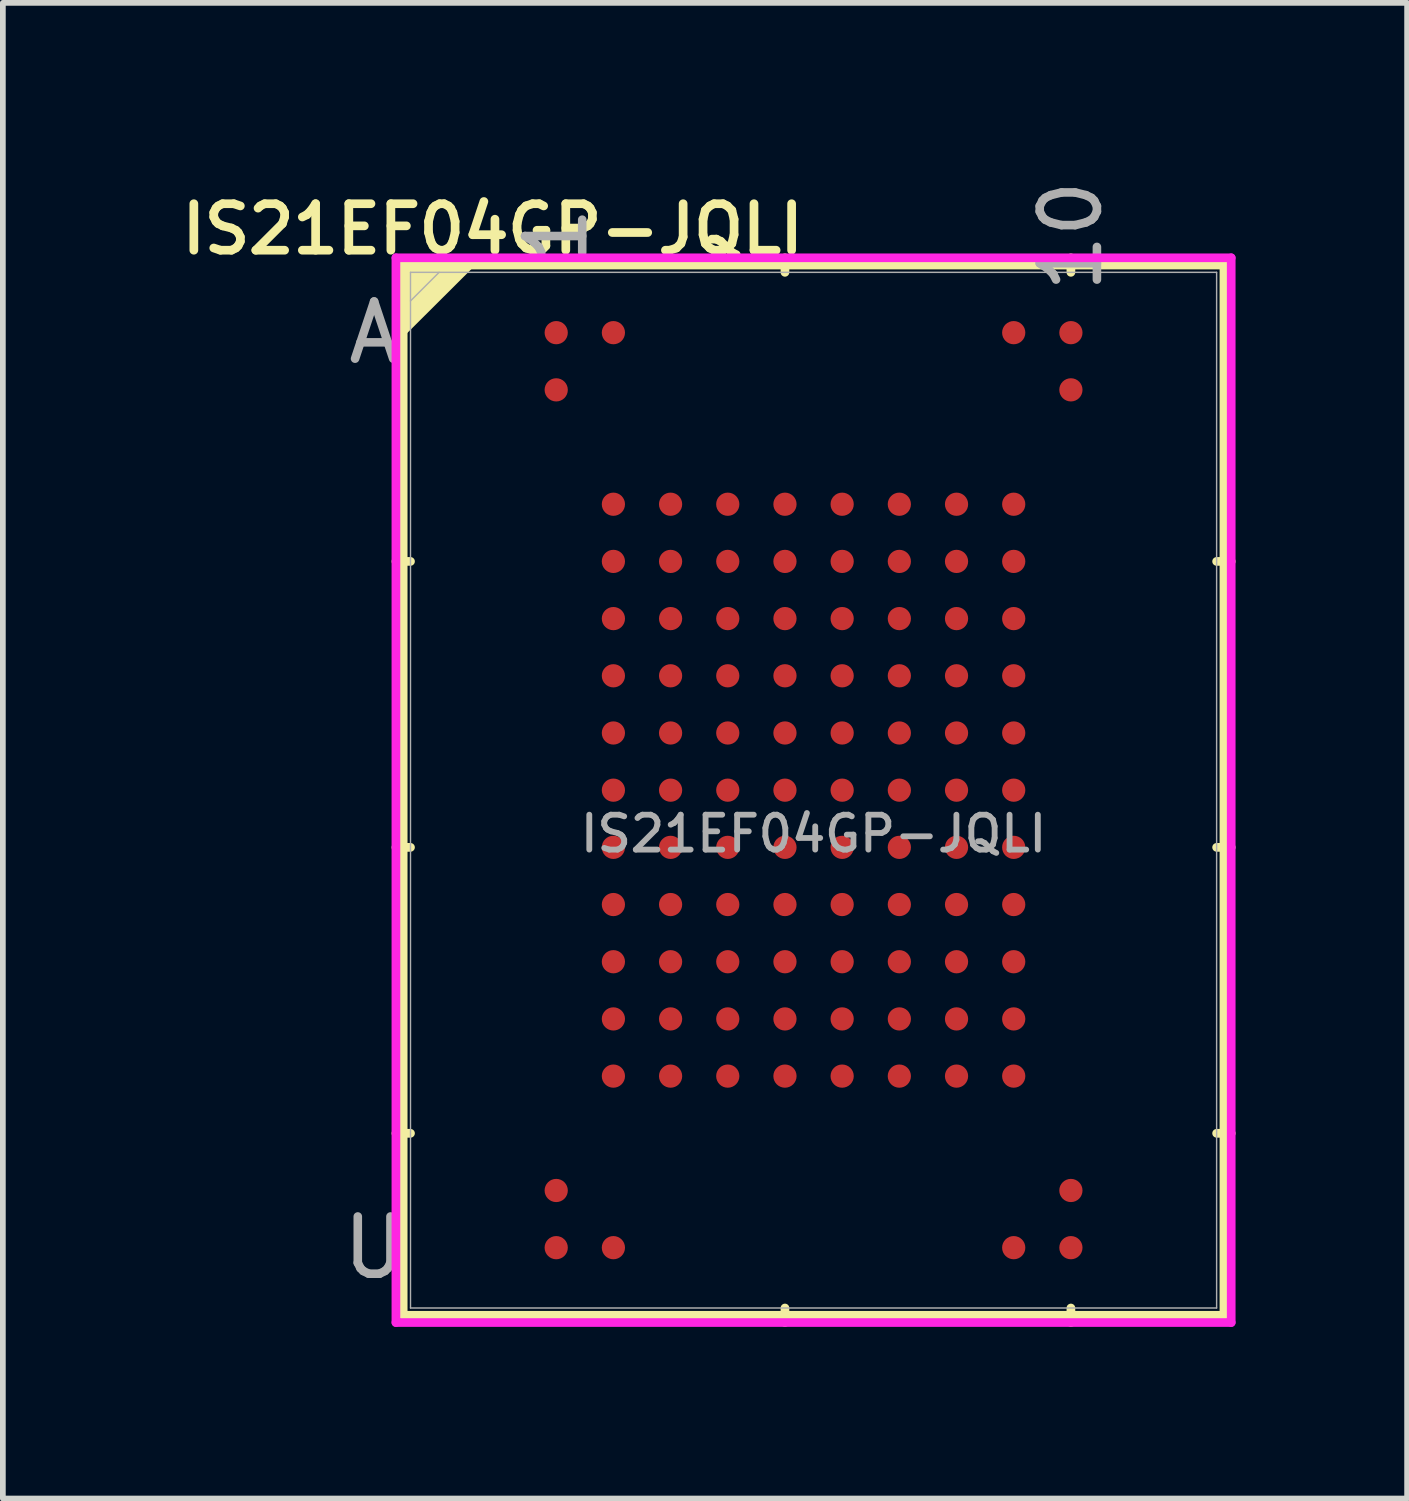
<source format=kicad_pcb>
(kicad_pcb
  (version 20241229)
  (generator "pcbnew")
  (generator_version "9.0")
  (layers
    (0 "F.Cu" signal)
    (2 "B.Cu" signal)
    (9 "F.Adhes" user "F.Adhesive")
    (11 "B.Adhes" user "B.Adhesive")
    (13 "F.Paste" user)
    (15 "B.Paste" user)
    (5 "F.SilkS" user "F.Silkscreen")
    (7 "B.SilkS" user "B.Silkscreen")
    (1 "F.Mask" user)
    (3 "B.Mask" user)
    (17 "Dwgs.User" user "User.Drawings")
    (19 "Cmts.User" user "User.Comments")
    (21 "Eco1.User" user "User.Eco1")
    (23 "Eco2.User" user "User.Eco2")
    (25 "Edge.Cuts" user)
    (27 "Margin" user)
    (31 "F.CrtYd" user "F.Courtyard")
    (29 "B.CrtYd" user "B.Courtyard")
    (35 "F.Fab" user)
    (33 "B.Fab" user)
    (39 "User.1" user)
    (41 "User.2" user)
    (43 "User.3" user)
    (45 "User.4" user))
  (footprint "IS21EF04GP-JQLI"
    (layer "F.Cu")
    (at 11.176 10.767)
    (property "Reference" "IS21EF04GP-JQLI" (at -5.61 -9.81 0) (unlocked yes) (layer "F.SilkS") (effects (font (size 0.813 0.813) (thickness 0.152) (bold yes))))
    (attr smd)
    (fp_line (start -7.176 -9.182) (end -7.176 9.182) (stroke (width 0.152) (type solid)) (layer "F.SilkS"))
    (fp_line (start -7.176 9.182) (end 7.176 9.182) (stroke (width 0.152) (type solid)) (layer "F.SilkS"))
    (fp_line (start -7.048 -4) (end -7.303 -4) (stroke (width 0.152) (type solid)) (layer "F.SilkS"))
    (fp_line (start -7.048 1) (end -7.303 1) (stroke (width 0.152) (type solid)) (layer "F.SilkS"))
    (fp_line (start -7.048 6) (end -7.303 6) (stroke (width 0.152) (type solid)) (layer "F.SilkS"))
    (fp_line (start -0.5 -9.055) (end -0.5 -9.309) (stroke (width 0.152) (type solid)) (layer "F.SilkS"))
    (fp_line (start -0.5 9.055) (end -0.5 9.309) (stroke (width 0.152) (type solid)) (layer "F.SilkS"))
    (fp_line (start 4.5 -9.055) (end 4.5 -9.309) (stroke (width 0.152) (type solid)) (layer "F.SilkS"))
    (fp_line (start 4.5 9.055) (end 4.5 9.309) (stroke (width 0.152) (type solid)) (layer "F.SilkS"))
    (fp_line (start 7.048 -4) (end 7.303 -4) (stroke (width 0.152) (type solid)) (layer "F.SilkS"))
    (fp_line (start 7.048 1) (end 7.303 1) (stroke (width 0.152) (type solid)) (layer "F.SilkS"))
    (fp_line (start 7.048 6) (end 7.303 6) (stroke (width 0.152) (type solid)) (layer "F.SilkS"))
    (fp_line (start 7.176 -9.182) (end -7.176 -9.182) (stroke (width 0.152) (type solid)) (layer "F.SilkS"))
    (fp_line (start 7.176 9.182) (end 7.176 -9.182) (stroke (width 0.152) (type solid)) (layer "F.SilkS"))
    (fp_poly (pts (xy -7.176 -9.182) (xy -7.176 -8.03) (xy -6.02 -9.182)) (stroke (width 0.152) (type solid)) (fill yes) (layer "F.SilkS"))
    (fp_line (start -7.303 -9.309) (end 7.303 -9.309) (stroke (width 0.152) (type solid)) (layer "F.CrtYd"))
    (fp_line (start -7.303 9.309) (end -7.303 -9.309) (stroke (width 0.152) (type solid)) (layer "F.CrtYd"))
    (fp_line (start 7.303 -9.309) (end 7.303 9.309) (stroke (width 0.152) (type solid)) (layer "F.CrtYd"))
    (fp_line (start 7.303 9.309) (end -7.303 9.309) (stroke (width 0.152) (type solid)) (layer "F.CrtYd"))
    (fp_line (start -7.048 -9.055) (end -7.048 9.055) (stroke (width 0.025) (type solid)) (layer "F.Fab"))
    (fp_line (start -7.048 9.055) (end 7.048 9.055) (stroke (width 0.025) (type solid)) (layer "F.Fab"))
    (fp_line (start -6.548 -9.055) (end -7.048 -8.555) (stroke (width 0.025) (type solid)) (layer "F.Fab"))
    (fp_line (start 7.048 -9.055) (end -7.048 -9.055) (stroke (width 0.025) (type solid)) (layer "F.Fab"))
    (fp_line (start 7.048 9.055) (end 7.048 -9.055) (stroke (width 0.025) (type solid)) (layer "F.Fab"))
    (fp_text user "A" (at -7.684 -8 0) (unlocked yes) (layer "F.Fab") (effects (font (size 1 1) (thickness 0.15))))
    (fp_text user "10" (at 4.5 -9.69 90) (unlocked yes) (layer "F.Fab") (effects (font (size 1 1) (thickness 0.15))))
    (fp_text user "1" (at -4.5 -9.69 90) (unlocked yes) (layer "F.Fab") (effects (font (size 1 1) (thickness 0.15))))
    (fp_text user "${REFERENCE}" (at 0 0.762 0) (unlocked yes) (layer "F.Fab") (effects (font (size 0.61 0.61) (thickness 0.102) (bold yes))))
    (fp_text user "U" (at -7.684 8 0) (unlocked yes) (layer "F.Fab") (effects (font (size 1 1) (thickness 0.15))))
    (pad "" smd circle (at -4.5 -8) (size 0.406 0.406) (layers "F.Cu" "F.Mask" "F.Paste"))
    (pad "" smd circle (at -4.5 -7) (size 0.406 0.406) (layers "F.Cu" "F.Mask" "F.Paste"))
    (pad "" smd circle (at -4.5 7) (size 0.406 0.406) (layers "F.Cu" "F.Mask" "F.Paste"))
    (pad "" smd circle (at -4.5 8) (size 0.406 0.406) (layers "F.Cu" "F.Mask" "F.Paste"))
    (pad "" smd circle (at -3.5 -8) (size 0.406 0.406) (layers "F.Cu" "F.Mask" "F.Paste"))
    (pad "" smd circle (at -3.5 -5) (size 0.406 0.406) (layers "F.Cu" "F.Mask" "F.Paste"))
    (pad "" smd circle (at -3.5 -4) (size 0.406 0.406) (layers "F.Cu" "F.Mask" "F.Paste"))
    (pad "" smd circle (at -3.5 0) (size 0.406 0.406) (layers "F.Cu" "F.Mask" "F.Paste"))
    (pad "" smd circle (at -3.5 3) (size 0.406 0.406) (layers "F.Cu" "F.Mask" "F.Paste"))
    (pad "" smd circle (at -3.5 8) (size 0.406 0.406) (layers "F.Cu" "F.Mask" "F.Paste"))
    (pad "" smd circle (at -2.5 -5) (size 0.406 0.406) (layers "F.Cu" "F.Mask" "F.Paste"))
    (pad "" smd circle (at -2.5 -4) (size 0.406 0.406) (layers "F.Cu" "F.Mask" "F.Paste"))
    (pad "" smd circle (at -2.5 0) (size 0.406 0.406) (layers "F.Cu" "F.Mask" "F.Paste"))
    (pad "" smd circle (at -2.5 3) (size 0.406 0.406) (layers "F.Cu" "F.Mask" "F.Paste"))
    (pad "" smd circle (at -1.5 -5) (size 0.406 0.406) (layers "F.Cu" "F.Mask" "F.Paste"))
    (pad "" smd circle (at -1.5 -1) (size 0.406 0.406) (layers "F.Cu" "F.Mask" "F.Paste"))
    (pad "" smd circle (at -1.5 0) (size 0.406 0.406) (layers "F.Cu" "F.Mask" "F.Paste"))
    (pad "" smd circle (at -1.5 1) (size 0.406 0.406) (layers "F.Cu" "F.Mask" "F.Paste"))
    (pad "" smd circle (at -1.5 4) (size 0.406 0.406) (layers "F.Cu" "F.Mask" "F.Paste"))
    (pad "" smd circle (at -1.5 5) (size 0.406 0.406) (layers "F.Cu" "F.Mask" "F.Paste"))
    (pad "" smd circle (at -0.5 -5) (size 0.406 0.406) (layers "F.Cu" "F.Mask" "F.Paste"))
    (pad "" smd circle (at -0.5 -4) (size 0.406 0.406) (layers "F.Cu" "F.Mask" "F.Paste"))
    (pad "" smd circle (at -0.5 -1) (size 0.406 0.406) (layers "F.Cu" "F.Mask" "F.Paste"))
    (pad "" smd circle (at -0.5 2) (size 0.406 0.406) (layers "F.Cu" "F.Mask" "F.Paste"))
    (pad "" smd circle (at -0.5 4) (size 0.406 0.406) (layers "F.Cu" "F.Mask" "F.Paste"))
    (pad "" smd circle (at 0.5 -5) (size 0.406 0.406) (layers "F.Cu" "F.Mask" "F.Paste"))
    (pad "" smd circle (at 0.5 -4) (size 0.406 0.406) (layers "F.Cu" "F.Mask" "F.Paste"))
    (pad "" smd circle (at 0.5 -1) (size 0.406 0.406) (layers "F.Cu" "F.Mask" "F.Paste"))
    (pad "" smd circle (at 0.5 0) (size 0.406 0.406) (layers "F.Cu" "F.Mask" "F.Paste"))
    (pad "" smd circle (at 0.5 1) (size 0.406 0.406) (layers "F.Cu" "F.Mask" "F.Paste"))
    (pad "" smd circle (at 0.5 2) (size 0.406 0.406) (layers "F.Cu" "F.Mask" "F.Paste"))
    (pad "" smd circle (at 0.5 3) (size 0.406 0.406) (layers "F.Cu" "F.Mask" "F.Paste"))
    (pad "" smd circle (at 0.5 4) (size 0.406 0.406) (layers "F.Cu" "F.Mask" "F.Paste"))
    (pad "" smd circle (at 1.5 -5) (size 0.406 0.406) (layers "F.Cu" "F.Mask" "F.Paste"))
    (pad "" smd circle (at 1.5 -4) (size 0.406 0.406) (layers "F.Cu" "F.Mask" "F.Paste"))
    (pad "" smd circle (at 1.5 -1) (size 0.406 0.406) (layers "F.Cu" "F.Mask" "F.Paste"))
    (pad "" smd circle (at 1.5 0) (size 0.406 0.406) (layers "F.Cu" "F.Mask" "F.Paste"))
    (pad "" smd circle (at 1.5 1) (size 0.406 0.406) (layers "F.Cu" "F.Mask" "F.Paste"))
    (pad "" smd circle (at 1.5 4) (size 0.406 0.406) (layers "F.Cu" "F.Mask" "F.Paste"))
    (pad "" smd circle (at 1.5 5) (size 0.406 0.406) (layers "F.Cu" "F.Mask" "F.Paste"))
    (pad "" smd circle (at 2.5 -5) (size 0.406 0.406) (layers "F.Cu" "F.Mask" "F.Paste"))
    (pad "" smd circle (at 2.5 -4) (size 0.406 0.406) (layers "F.Cu" "F.Mask" "F.Paste"))
    (pad "" smd circle (at 2.5 0) (size 0.406 0.406) (layers "F.Cu" "F.Mask" "F.Paste"))
    (pad "" smd circle (at 2.5 3) (size 0.406 0.406) (layers "F.Cu" "F.Mask" "F.Paste"))
    (pad "" smd circle (at 3.5 -8) (size 0.406 0.406) (layers "F.Cu" "F.Mask" "F.Paste"))
    (pad "" smd circle (at 3.5 -5) (size 0.406 0.406) (layers "F.Cu" "F.Mask" "F.Paste"))
    (pad "" smd circle (at 3.5 -4) (size 0.406 0.406) (layers "F.Cu" "F.Mask" "F.Paste"))
    (pad "" smd circle (at 3.5 0) (size 0.406 0.406) (layers "F.Cu" "F.Mask" "F.Paste"))
    (pad "" smd circle (at 3.5 3) (size 0.406 0.406) (layers "F.Cu" "F.Mask" "F.Paste"))
    (pad "" smd circle (at 3.5 8) (size 0.406 0.406) (layers "F.Cu" "F.Mask" "F.Paste"))
    (pad "" smd circle (at 4.5 -8) (size 0.406 0.406) (layers "F.Cu" "F.Mask" "F.Paste"))
    (pad "" smd circle (at 4.5 -7) (size 0.406 0.406) (layers "F.Cu" "F.Mask" "F.Paste"))
    (pad "" smd circle (at 4.5 7) (size 0.406 0.406) (layers "F.Cu" "F.Mask" "F.Paste"))
    (pad "" smd circle (at 4.5 8) (size 0.406 0.406) (layers "F.Cu" "F.Mask" "F.Paste"))
    (pad "E4" smd circle (at -1.5 -4) (size 0.406 0.406) (layers "F.Cu" "F.Mask" "F.Paste"))
    (pad "F2" smd circle (at -3.5 -3) (size 0.406 0.406) (layers "F.Cu" "F.Mask" "F.Paste"))
    (pad "F3" smd circle (at -2.5 -3) (size 0.406 0.406) (layers "F.Cu" "F.Mask" "F.Paste"))
    (pad "F4" smd circle (at -1.5 -3) (size 0.406 0.406) (layers "F.Cu" "F.Mask" "F.Paste"))
    (pad "F5" smd circle (at -0.5 -3) (size 0.406 0.406) (layers "F.Cu" "F.Mask" "F.Paste"))
    (pad "F6" smd circle (at 0.5 -3) (size 0.406 0.406) (layers "F.Cu" "F.Mask" "F.Paste"))
    (pad "F7" smd circle (at 1.5 -3) (size 0.406 0.406) (layers "F.Cu" "F.Mask" "F.Paste"))
    (pad "F8" smd circle (at 2.5 -3) (size 0.406 0.406) (layers "F.Cu" "F.Mask" "F.Paste"))
    (pad "F9" smd circle (at 3.5 -3) (size 0.406 0.406) (layers "F.Cu" "F.Mask" "F.Paste"))
    (pad "G2" smd circle (at -3.5 -2) (size 0.406 0.406) (layers "F.Cu" "F.Mask" "F.Paste"))
    (pad "G3" smd circle (at -2.5 -2) (size 0.406 0.406) (layers "F.Cu" "F.Mask" "F.Paste"))
    (pad "G4" smd circle (at -1.5 -2) (size 0.406 0.406) (layers "F.Cu" "F.Mask" "F.Paste"))
    (pad "G5" smd circle (at -0.5 -2) (size 0.406 0.406) (layers "F.Cu" "F.Mask" "F.Paste"))
    (pad "G6" smd circle (at 0.5 -2) (size 0.406 0.406) (layers "F.Cu" "F.Mask" "F.Paste"))
    (pad "G7" smd circle (at 1.5 -2) (size 0.406 0.406) (layers "F.Cu" "F.Mask" "F.Paste"))
    (pad "G8" smd circle (at 2.5 -2) (size 0.406 0.406) (layers "F.Cu" "F.Mask" "F.Paste"))
    (pad "G9" smd circle (at 3.5 -2) (size 0.406 0.406) (layers "F.Cu" "F.Mask" "F.Paste"))
    (pad "H2" smd circle (at -3.5 -1) (size 0.406 0.406) (layers "F.Cu" "F.Mask" "F.Paste"))
    (pad "H3" smd circle (at -2.5 -1) (size 0.406 0.406) (layers "F.Cu" "F.Mask" "F.Paste"))
    (pad "H8" smd circle (at 2.5 -1) (size 0.406 0.406) (layers "F.Cu" "F.Mask" "F.Paste"))
    (pad "H9" smd circle (at 3.5 -1) (size 0.406 0.406) (layers "F.Cu" "F.Mask" "F.Paste"))
    (pad "J5" smd circle (at -0.5 0) (size 0.406 0.406) (layers "F.Cu" "F.Mask" "F.Paste"))
    (pad "K2" smd circle (at -3.5 1) (size 0.406 0.406) (layers "F.Cu" "F.Mask" "F.Paste"))
    (pad "K3" smd circle (at -2.5 1) (size 0.406 0.406) (layers "F.Cu" "F.Mask" "F.Paste"))
    (pad "K5" smd circle (at -0.5 1) (size 0.406 0.406) (layers "F.Cu" "F.Mask" "F.Paste"))
    (pad "K8" smd circle (at 2.5 1) (size 0.406 0.406) (layers "F.Cu" "F.Mask" "F.Paste"))
    (pad "K9" smd circle (at 3.5 1) (size 0.406 0.406) (layers "F.Cu" "F.Mask" "F.Paste"))
    (pad "L2" smd circle (at -3.5 2) (size 0.406 0.406) (layers "F.Cu" "F.Mask" "F.Paste"))
    (pad "L3" smd circle (at -2.5 2) (size 0.406 0.406) (layers "F.Cu" "F.Mask" "F.Paste"))
    (pad "L4" smd circle (at -1.5 2) (size 0.406 0.406) (layers "F.Cu" "F.Mask" "F.Paste"))
    (pad "L7" smd circle (at 1.5 2) (size 0.406 0.406) (layers "F.Cu" "F.Mask" "F.Paste"))
    (pad "L8" smd circle (at 2.5 2) (size 0.406 0.406) (layers "F.Cu" "F.Mask" "F.Paste"))
    (pad "L9" smd circle (at 3.5 2) (size 0.406 0.406) (layers "F.Cu" "F.Mask" "F.Paste"))
    (pad "M4" smd circle (at -1.5 3) (size 0.406 0.406) (layers "F.Cu" "F.Mask" "F.Paste"))
    (pad "M5" smd circle (at -0.5 3) (size 0.406 0.406) (layers "F.Cu" "F.Mask" "F.Paste"))
    (pad "M7" smd circle (at 1.5 3) (size 0.406 0.406) (layers "F.Cu" "F.Mask" "F.Paste"))
    (pad "N2" smd circle (at -3.5 4) (size 0.406 0.406) (layers "F.Cu" "F.Mask" "F.Paste"))
    (pad "N3" smd circle (at -2.5 4) (size 0.406 0.406) (layers "F.Cu" "F.Mask" "F.Paste"))
    (pad "N8" smd circle (at 2.5 4) (size 0.406 0.406) (layers "F.Cu" "F.Mask" "F.Paste"))
    (pad "N9" smd circle (at 3.5 4) (size 0.406 0.406) (layers "F.Cu" "F.Mask" "F.Paste"))
    (pad "P2" smd circle (at -3.5 5) (size 0.406 0.406) (layers "F.Cu" "F.Mask" "F.Paste"))
    (pad "P3" smd circle (at -2.5 5) (size 0.406 0.406) (layers "F.Cu" "F.Mask" "F.Paste"))
    (pad "P5" smd circle (at -0.5 5) (size 0.406 0.406) (layers "F.Cu" "F.Mask" "F.Paste"))
    (pad "P6" smd circle (at 0.5 5) (size 0.406 0.406) (layers "F.Cu" "F.Mask" "F.Paste"))
    (pad "P8" smd circle (at 2.5 5) (size 0.406 0.406) (layers "F.Cu" "F.Mask" "F.Paste"))
    (pad "P9" smd circle (at 3.5 5) (size 0.406 0.406) (layers "F.Cu" "F.Mask" "F.Paste")))
  (gr_rect
    (start -3 -3)
    (end 21.555 23.153)
    (stroke (width 0.1) (type default))
    (fill no)
    (layer "Edge.Cuts")))
</source>
